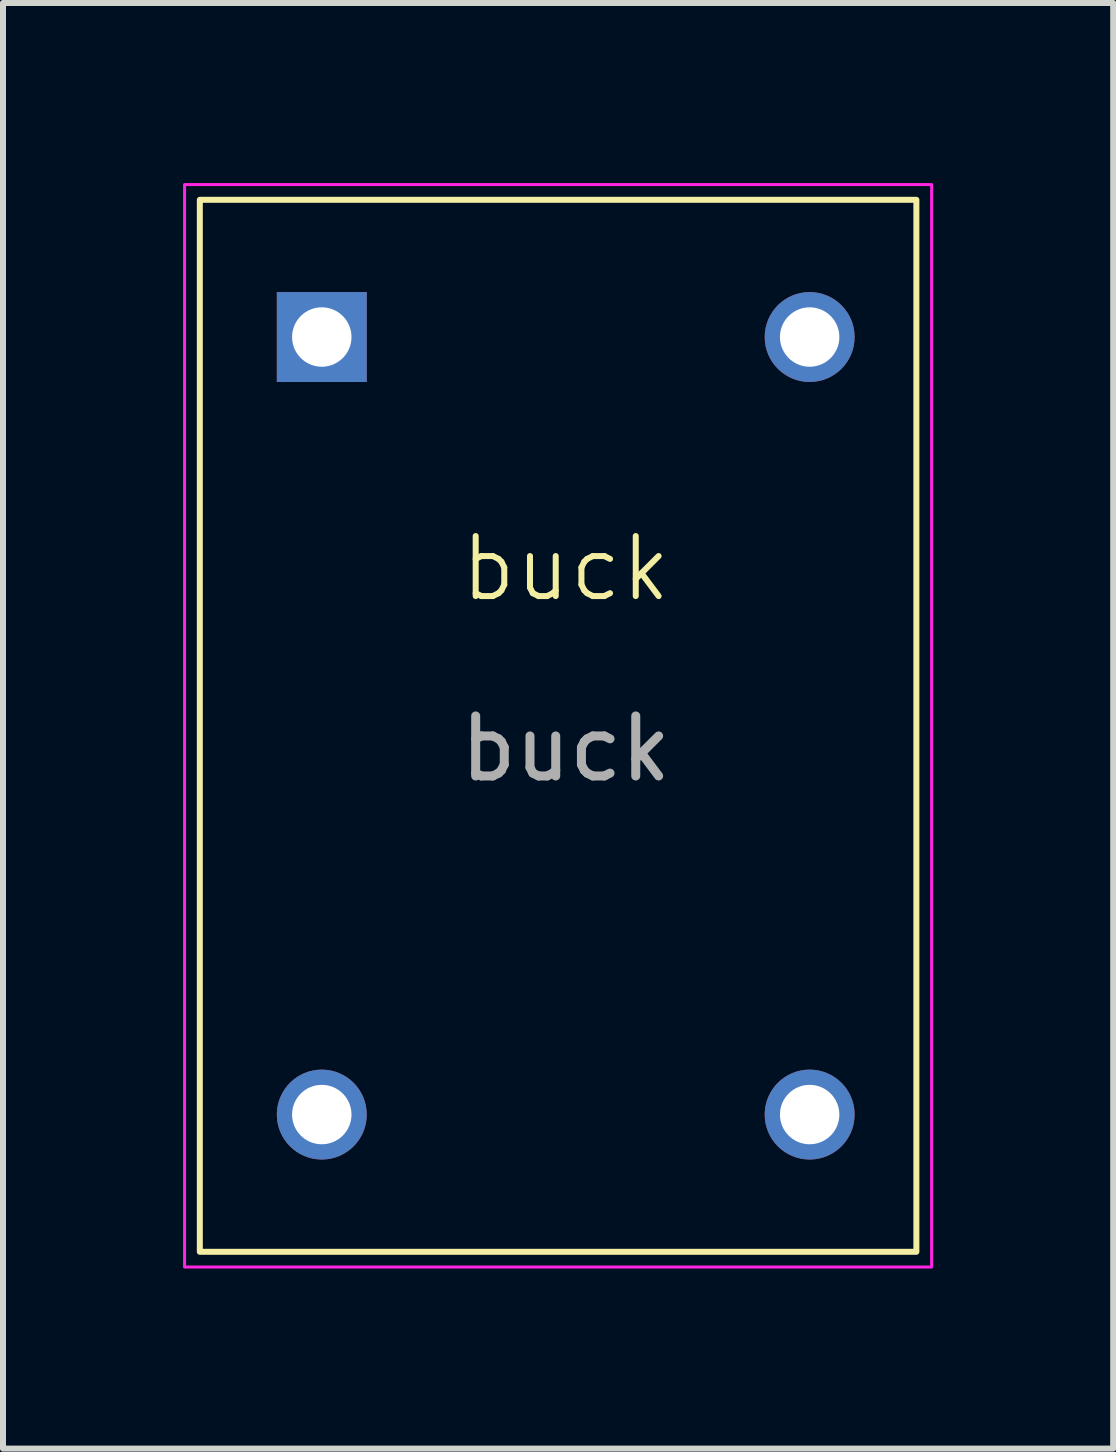
<source format=kicad_pcb>
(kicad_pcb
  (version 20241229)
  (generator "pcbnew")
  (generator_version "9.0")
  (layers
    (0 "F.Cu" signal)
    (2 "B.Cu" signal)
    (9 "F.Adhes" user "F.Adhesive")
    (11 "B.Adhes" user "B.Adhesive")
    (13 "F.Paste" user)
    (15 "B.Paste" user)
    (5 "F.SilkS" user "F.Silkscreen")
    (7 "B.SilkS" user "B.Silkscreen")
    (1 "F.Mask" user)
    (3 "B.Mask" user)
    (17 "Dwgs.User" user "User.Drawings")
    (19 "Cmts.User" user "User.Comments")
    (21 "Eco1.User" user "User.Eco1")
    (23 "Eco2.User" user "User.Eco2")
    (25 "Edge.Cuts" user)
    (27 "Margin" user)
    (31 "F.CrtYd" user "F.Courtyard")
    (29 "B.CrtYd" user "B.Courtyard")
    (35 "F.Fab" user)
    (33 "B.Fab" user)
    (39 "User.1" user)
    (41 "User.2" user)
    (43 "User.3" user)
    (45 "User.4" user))
  (footprint "buck"
    (layer "F.Cu")
    (at 7.645 6.121)
    (property "Reference" "buck" (at -1.27 0.302 0) (unlocked yes) (layer "F.SilkS") (effects (font (size 1 1) (thickness 0.1))))
    (attr through_hole)
    (fp_rect (start -7.366 -5.842) (end 4.572 11.684) (stroke (width 0.1) (type default)) (fill no) (layer "F.SilkS"))
    (fp_rect (start -7.62 -6.096) (end 4.826 11.938) (stroke (width 0.05) (type default)) (fill no) (layer "F.CrtYd"))
    (fp_text user "${REFERENCE}" (at -1.27 3.302 0) (unlocked yes) (layer "F.Fab") (effects (font (size 1 1) (thickness 0.15))))
    (pad "1" thru_hole rect (at -5.334 -3.556) (size 1.498 1.498) (drill 0.99) (layers "*.Cu" "*.Mask"))
    (pad "2" thru_hole circle (at -5.334 9.398) (size 1.498 1.498) (drill 0.99) (layers "*.Cu" "*.Mask"))
    (pad "3" thru_hole circle (at 2.794 -3.556) (size 1.498 1.498) (drill 0.99) (layers "*.Cu" "*.Mask"))
    (pad "4" thru_hole circle (at 2.794 9.398) (size 1.498 1.498) (drill 0.99) (layers "*.Cu" "*.Mask")))
  (gr_rect
    (start -3 -3)
    (end 15.496 21.084)
    (stroke (width 0.1) (type default))
    (fill no)
    (layer "Edge.Cuts")))
</source>
